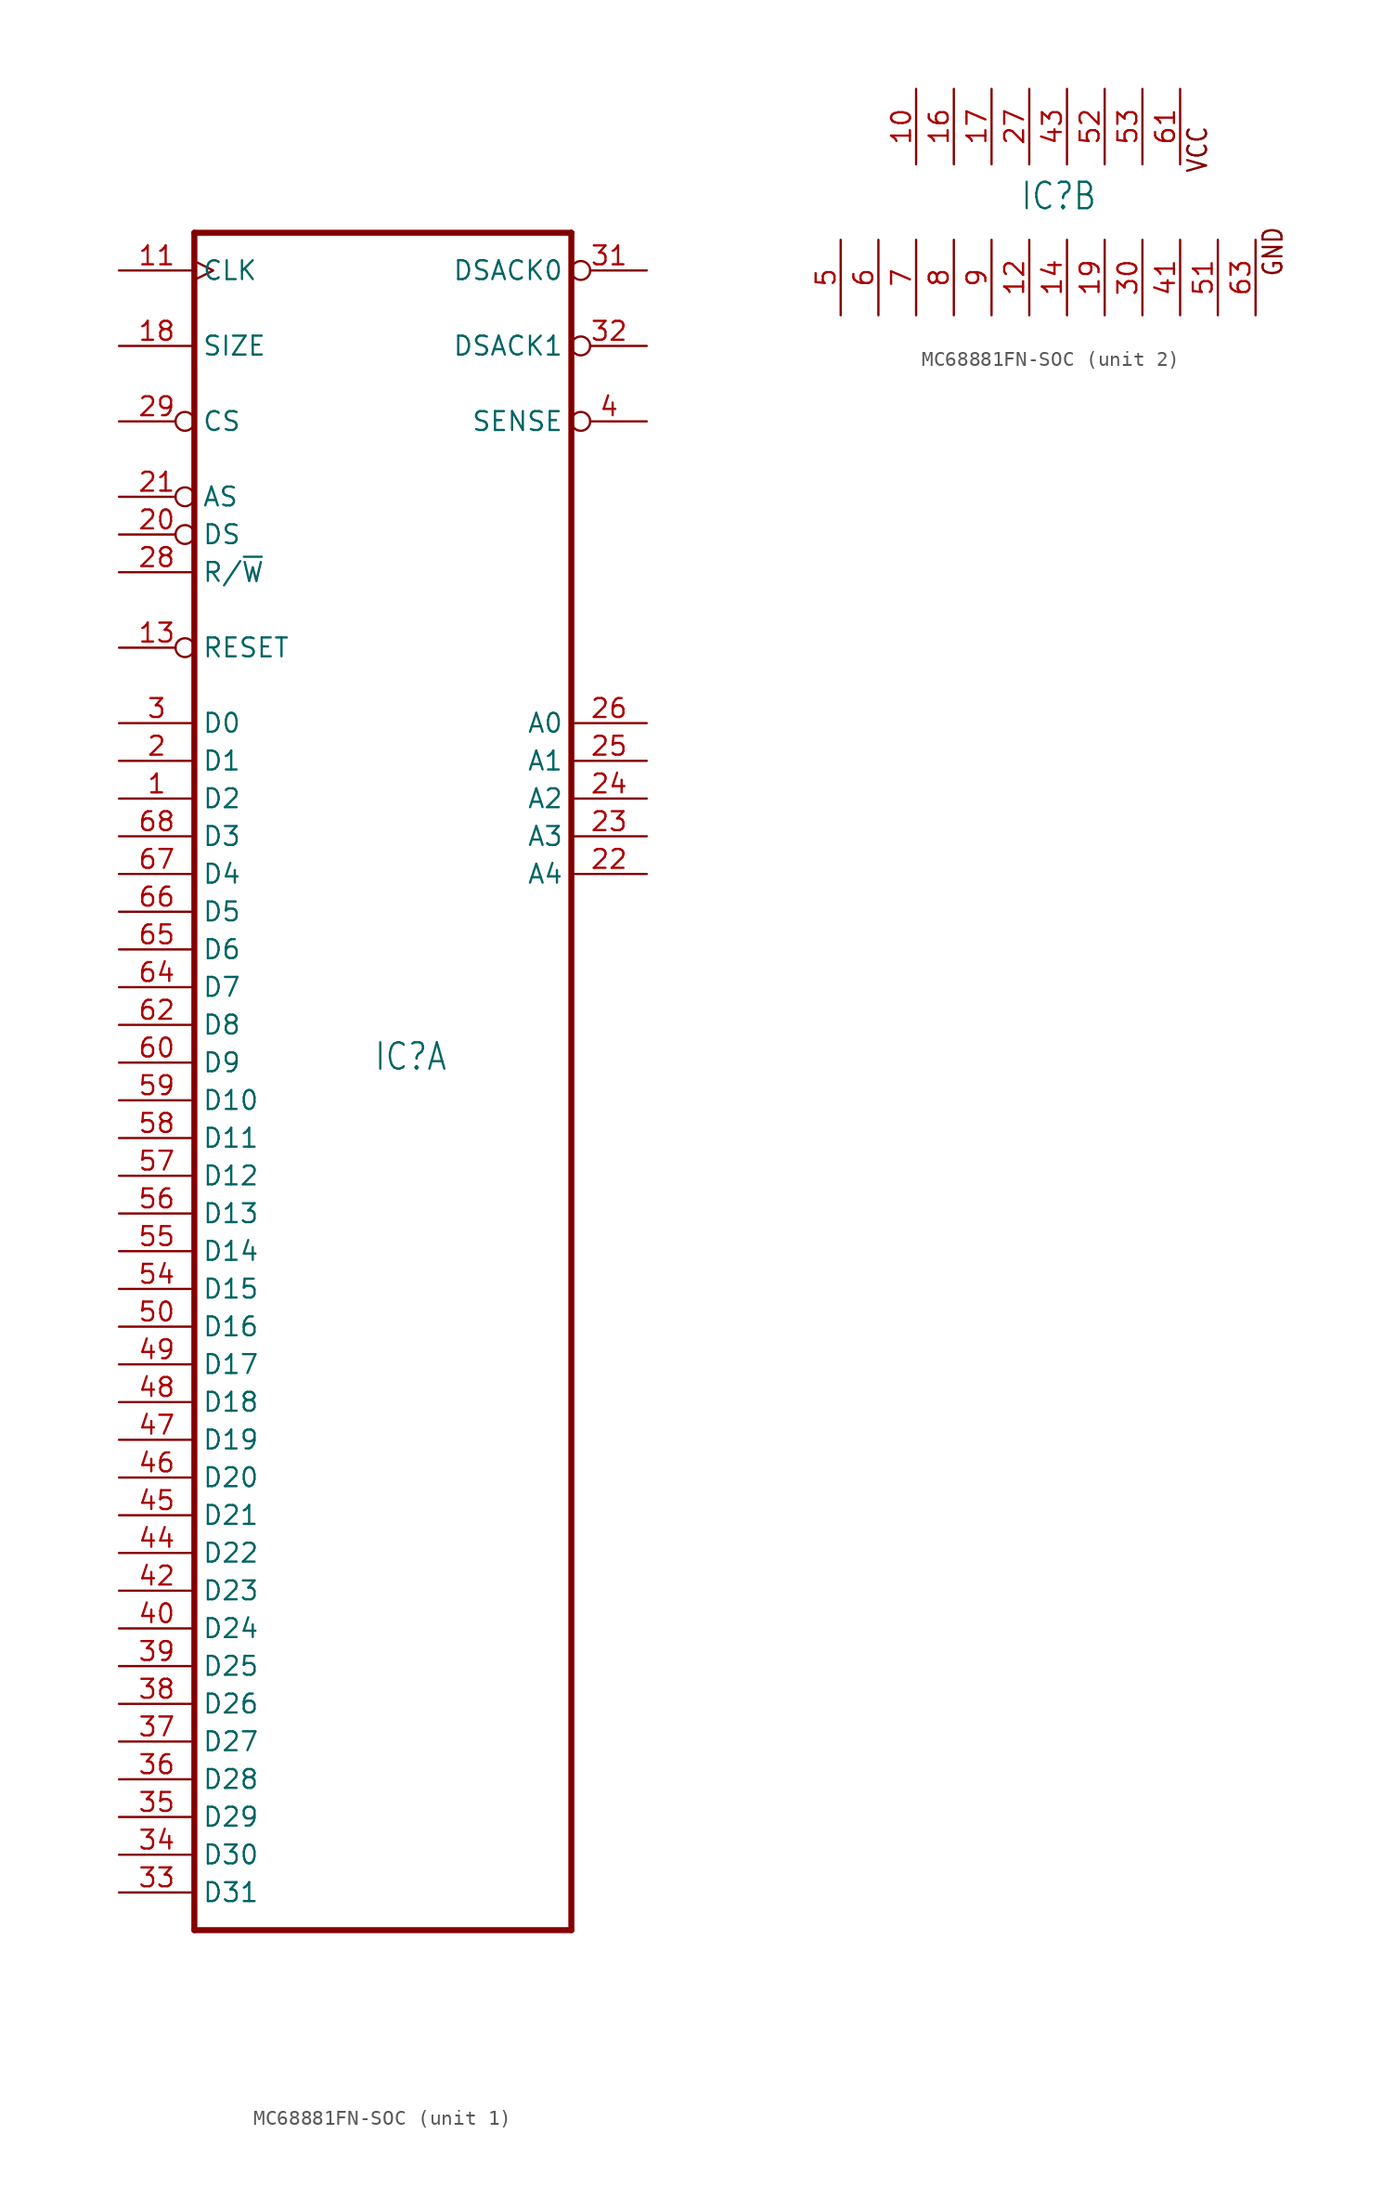
<source format=kicad_sym>
(kicad_symbol_lib
  (version 20231120)
  (generator "kicad_symbol_editor")
  (generator_version "8.0")
  (symbol "MC68881FN-SOC"
    (property "Reference" "IC"
      (at -0.635 -0.635 0)
      (effects (font (size 1.778 1.511)) (justify left bottom)))
    (property "ki_locked" ""
      (at 0 0 0)
      (effects (font (size 1.27 1.27))))
    (symbol "MC68881FN-SOC_1_0"
      (polyline (pts (xy -12.7 -58.42) (xy -12.7 55.88)) (stroke (width 0.406) (type default)) (fill (type none)))
      (polyline (pts (xy -12.7 -58.42) (xy 12.7 -58.42)) (stroke (width 0.406) (type default)) (fill (type none)))
      (polyline (pts (xy 12.7 55.88) (xy -12.7 55.88)) (stroke (width 0.406) (type default)) (fill (type none)))
      (polyline (pts (xy 12.7 55.88) (xy 12.7 -58.42)) (stroke (width 0.406) (type default)) (fill (type none)))
      (pin bidirectional line (at -17.78 17.78 0) (length 5.08) (name "D2" (effects (font (size 1.27 1.27)))) (number "1" (effects (font (size 1.27 1.27)))))
      (pin input clock (at -17.78 53.34 0) (length 5.08) (name "CLK" (effects (font (size 1.27 1.27)))) (number "11" (effects (font (size 1.27 1.27)))))
      (pin input inverted (at -17.78 27.94 0) (length 5.08) (name "RESET" (effects (font (size 1.27 1.27)))) (number "13" (effects (font (size 1.27 1.27)))))
      (pin no_connect line (at 17.78 -16.51 180) (length 5.08) hide (name "NC" (effects (font (size 1.27 1.27)))) (number "15" (effects (font (size 1.27 1.27)))))
      (pin input line (at -17.78 48.26 0) (length 5.08) (name "SIZE" (effects (font (size 1.27 1.27)))) (number "18" (effects (font (size 1.27 1.27)))))
      (pin bidirectional line (at -17.78 20.32 0) (length 5.08) (name "D1" (effects (font (size 1.27 1.27)))) (number "2" (effects (font (size 1.27 1.27)))))
      (pin input inverted (at -17.78 35.56 0) (length 5.08) (name "DS" (effects (font (size 1.27 1.27)))) (number "20" (effects (font (size 1.27 1.27)))))
      (pin input inverted (at -17.78 38.1 0) (length 5.08) (name "AS" (effects (font (size 1.27 1.27)))) (number "21" (effects (font (size 1.27 1.27)))))
      (pin input line (at 17.78 12.7 180) (length 5.08) (name "A4" (effects (font (size 1.27 1.27)))) (number "22" (effects (font (size 1.27 1.27)))))
      (pin input line (at 17.78 15.24 180) (length 5.08) (name "A3" (effects (font (size 1.27 1.27)))) (number "23" (effects (font (size 1.27 1.27)))))
      (pin input line (at 17.78 17.78 180) (length 5.08) (name "A2" (effects (font (size 1.27 1.27)))) (number "24" (effects (font (size 1.27 1.27)))))
      (pin input line (at 17.78 20.32 180) (length 5.08) (name "A1" (effects (font (size 1.27 1.27)))) (number "25" (effects (font (size 1.27 1.27)))))
      (pin input line (at 17.78 22.86 180) (length 5.08) (name "A0" (effects (font (size 1.27 1.27)))) (number "26" (effects (font (size 1.27 1.27)))))
      (pin input line (at -17.78 33.02 0) (length 5.08) (name "R/~{W}" (effects (font (size 1.27 1.27)))) (number "28" (effects (font (size 1.27 1.27)))))
      (pin input inverted (at -17.78 43.18 0) (length 5.08) (name "CS" (effects (font (size 1.27 1.27)))) (number "29" (effects (font (size 1.27 1.27)))))
      (pin bidirectional line (at -17.78 22.86 0) (length 5.08) (name "D0" (effects (font (size 1.27 1.27)))) (number "3" (effects (font (size 1.27 1.27)))))
      (pin output inverted (at 17.78 53.34 180) (length 5.08) (name "DSACK0" (effects (font (size 1.27 1.27)))) (number "31" (effects (font (size 1.27 1.27)))))
      (pin output inverted (at 17.78 48.26 180) (length 5.08) (name "DSACK1" (effects (font (size 1.27 1.27)))) (number "32" (effects (font (size 1.27 1.27)))))
      (pin bidirectional line (at -17.78 -55.88 0) (length 5.08) (name "D31" (effects (font (size 1.27 1.27)))) (number "33" (effects (font (size 1.27 1.27)))))
      (pin bidirectional line (at -17.78 -53.34 0) (length 5.08) (name "D30" (effects (font (size 1.27 1.27)))) (number "34" (effects (font (size 1.27 1.27)))))
      (pin bidirectional line (at -17.78 -50.8 0) (length 5.08) (name "D29" (effects (font (size 1.27 1.27)))) (number "35" (effects (font (size 1.27 1.27)))))
      (pin bidirectional line (at -17.78 -48.26 0) (length 5.08) (name "D28" (effects (font (size 1.27 1.27)))) (number "36" (effects (font (size 1.27 1.27)))))
      (pin bidirectional line (at -17.78 -45.72 0) (length 5.08) (name "D27" (effects (font (size 1.27 1.27)))) (number "37" (effects (font (size 1.27 1.27)))))
      (pin bidirectional line (at -17.78 -43.18 0) (length 5.08) (name "D26" (effects (font (size 1.27 1.27)))) (number "38" (effects (font (size 1.27 1.27)))))
      (pin bidirectional line (at -17.78 -40.64 0) (length 5.08) (name "D25" (effects (font (size 1.27 1.27)))) (number "39" (effects (font (size 1.27 1.27)))))
      (pin bidirectional inverted (at 17.78 43.18 180) (length 5.08) (name "SENSE" (effects (font (size 1.27 1.27)))) (number "4" (effects (font (size 1.27 1.27)))))
      (pin bidirectional line (at -17.78 -38.1 0) (length 5.08) (name "D24" (effects (font (size 1.27 1.27)))) (number "40" (effects (font (size 1.27 1.27)))))
      (pin bidirectional line (at -17.78 -35.56 0) (length 5.08) (name "D23" (effects (font (size 1.27 1.27)))) (number "42" (effects (font (size 1.27 1.27)))))
      (pin bidirectional line (at -17.78 -33.02 0) (length 5.08) (name "D22" (effects (font (size 1.27 1.27)))) (number "44" (effects (font (size 1.27 1.27)))))
      (pin bidirectional line (at -17.78 -30.48 0) (length 5.08) (name "D21" (effects (font (size 1.27 1.27)))) (number "45" (effects (font (size 1.27 1.27)))))
      (pin bidirectional line (at -17.78 -27.94 0) (length 5.08) (name "D20" (effects (font (size 1.27 1.27)))) (number "46" (effects (font (size 1.27 1.27)))))
      (pin bidirectional line (at -17.78 -25.4 0) (length 5.08) (name "D19" (effects (font (size 1.27 1.27)))) (number "47" (effects (font (size 1.27 1.27)))))
      (pin bidirectional line (at -17.78 -22.86 0) (length 5.08) (name "D18" (effects (font (size 1.27 1.27)))) (number "48" (effects (font (size 1.27 1.27)))))
      (pin bidirectional line (at -17.78 -20.32 0) (length 5.08) (name "D17" (effects (font (size 1.27 1.27)))) (number "49" (effects (font (size 1.27 1.27)))))
      (pin bidirectional line (at -17.78 -17.78 0) (length 5.08) (name "D16" (effects (font (size 1.27 1.27)))) (number "50" (effects (font (size 1.27 1.27)))))
      (pin bidirectional line (at -17.78 -15.24 0) (length 5.08) (name "D15" (effects (font (size 1.27 1.27)))) (number "54" (effects (font (size 1.27 1.27)))))
      (pin bidirectional line (at -17.78 -12.7 0) (length 5.08) (name "D14" (effects (font (size 1.27 1.27)))) (number "55" (effects (font (size 1.27 1.27)))))
      (pin bidirectional line (at -17.78 -10.16 0) (length 5.08) (name "D13" (effects (font (size 1.27 1.27)))) (number "56" (effects (font (size 1.27 1.27)))))
      (pin bidirectional line (at -17.78 -7.62 0) (length 5.08) (name "D12" (effects (font (size 1.27 1.27)))) (number "57" (effects (font (size 1.27 1.27)))))
      (pin bidirectional line (at -17.78 -5.08 0) (length 5.08) (name "D11" (effects (font (size 1.27 1.27)))) (number "58" (effects (font (size 1.27 1.27)))))
      (pin bidirectional line (at -17.78 -2.54 0) (length 5.08) (name "D10" (effects (font (size 1.27 1.27)))) (number "59" (effects (font (size 1.27 1.27)))))
      (pin bidirectional line (at -17.78 0 0) (length 5.08) (name "D9" (effects (font (size 1.27 1.27)))) (number "60" (effects (font (size 1.27 1.27)))))
      (pin bidirectional line (at -17.78 2.54 0) (length 5.08) (name "D8" (effects (font (size 1.27 1.27)))) (number "62" (effects (font (size 1.27 1.27)))))
      (pin bidirectional line (at -17.78 5.08 0) (length 5.08) (name "D7" (effects (font (size 1.27 1.27)))) (number "64" (effects (font (size 1.27 1.27)))))
      (pin bidirectional line (at -17.78 7.62 0) (length 5.08) (name "D6" (effects (font (size 1.27 1.27)))) (number "65" (effects (font (size 1.27 1.27)))))
      (pin bidirectional line (at -17.78 10.16 0) (length 5.08) (name "D5" (effects (font (size 1.27 1.27)))) (number "66" (effects (font (size 1.27 1.27)))))
      (pin bidirectional line (at -17.78 12.7 0) (length 5.08) (name "D4" (effects (font (size 1.27 1.27)))) (number "67" (effects (font (size 1.27 1.27)))))
      (pin bidirectional line (at -17.78 15.24 0) (length 5.08) (name "D3" (effects (font (size 1.27 1.27)))) (number "68" (effects (font (size 1.27 1.27))))))
    (symbol "MC68881FN-SOC_2_0"
      (text "GND" (at 17.145 -5.08 900) (effects (font (size 1.27 1.079)) (justify left bottom)))
      (text "VCC" (at 12.065 1.905 900) (effects (font (size 1.27 1.079)) (justify left bottom)))
      (pin power_in line (at -7.62 7.62 270) (length 5.08) (name "VCC@1" (effects (font (size 0 0)))) (number "10" (effects (font (size 1.27 1.27)))))
      (pin power_in line (at 0 -7.62 90) (length 5.08) (name "GND@6" (effects (font (size 0 0)))) (number "12" (effects (font (size 1.27 1.27)))))
      (pin power_in line (at 2.54 -7.62 90) (length 5.08) (name "GND@7" (effects (font (size 0 0)))) (number "14" (effects (font (size 1.27 1.27)))))
      (pin power_in line (at -5.08 7.62 270) (length 5.08) (name "VCC@2" (effects (font (size 0 0)))) (number "16" (effects (font (size 1.27 1.27)))))
      (pin power_in line (at -2.54 7.62 270) (length 5.08) (name "VCC@3" (effects (font (size 0 0)))) (number "17" (effects (font (size 1.27 1.27)))))
      (pin power_in line (at 5.08 -7.62 90) (length 5.08) (name "GND@8" (effects (font (size 0 0)))) (number "19" (effects (font (size 1.27 1.27)))))
      (pin power_in line (at 0 7.62 270) (length 5.08) (name "VCC@4" (effects (font (size 0 0)))) (number "27" (effects (font (size 1.27 1.27)))))
      (pin power_in line (at 7.62 -7.62 90) (length 5.08) (name "GND@9" (effects (font (size 0 0)))) (number "30" (effects (font (size 1.27 1.27)))))
      (pin power_in line (at 10.16 -7.62 90) (length 5.08) (name "GND@10" (effects (font (size 0 0)))) (number "41" (effects (font (size 1.27 1.27)))))
      (pin power_in line (at 2.54 7.62 270) (length 5.08) (name "VCC@5" (effects (font (size 0 0)))) (number "43" (effects (font (size 1.27 1.27)))))
      (pin power_in line (at -12.7 -7.62 90) (length 5.08) (name "GND@1" (effects (font (size 0 0)))) (number "5" (effects (font (size 1.27 1.27)))))
      (pin power_in line (at 12.7 -7.62 90) (length 5.08) (name "GND@11" (effects (font (size 0 0)))) (number "51" (effects (font (size 1.27 1.27)))))
      (pin power_in line (at 5.08 7.62 270) (length 5.08) (name "VCC@6" (effects (font (size 0 0)))) (number "52" (effects (font (size 1.27 1.27)))))
      (pin power_in line (at 7.62 7.62 270) (length 5.08) (name "VCC@7" (effects (font (size 0 0)))) (number "53" (effects (font (size 1.27 1.27)))))
      (pin power_in line (at -10.16 -7.62 90) (length 5.08) (name "GND@2" (effects (font (size 0 0)))) (number "6" (effects (font (size 1.27 1.27)))))
      (pin power_in line (at 10.16 7.62 270) (length 5.08) (name "VCC@8" (effects (font (size 0 0)))) (number "61" (effects (font (size 1.27 1.27)))))
      (pin power_in line (at 15.24 -7.62 90) (length 5.08) (name "GND@12" (effects (font (size 0 0)))) (number "63" (effects (font (size 1.27 1.27)))))
      (pin power_in line (at -7.62 -7.62 90) (length 5.08) (name "GND@3" (effects (font (size 0 0)))) (number "7" (effects (font (size 1.27 1.27)))))
      (pin power_in line (at -5.08 -7.62 90) (length 5.08) (name "GND@4" (effects (font (size 0 0)))) (number "8" (effects (font (size 1.27 1.27)))))
      (pin power_in line (at -2.54 -7.62 90) (length 5.08) (name "GND@5" (effects (font (size 0 0)))) (number "9" (effects (font (size 1.27 1.27))))))))
</source>
